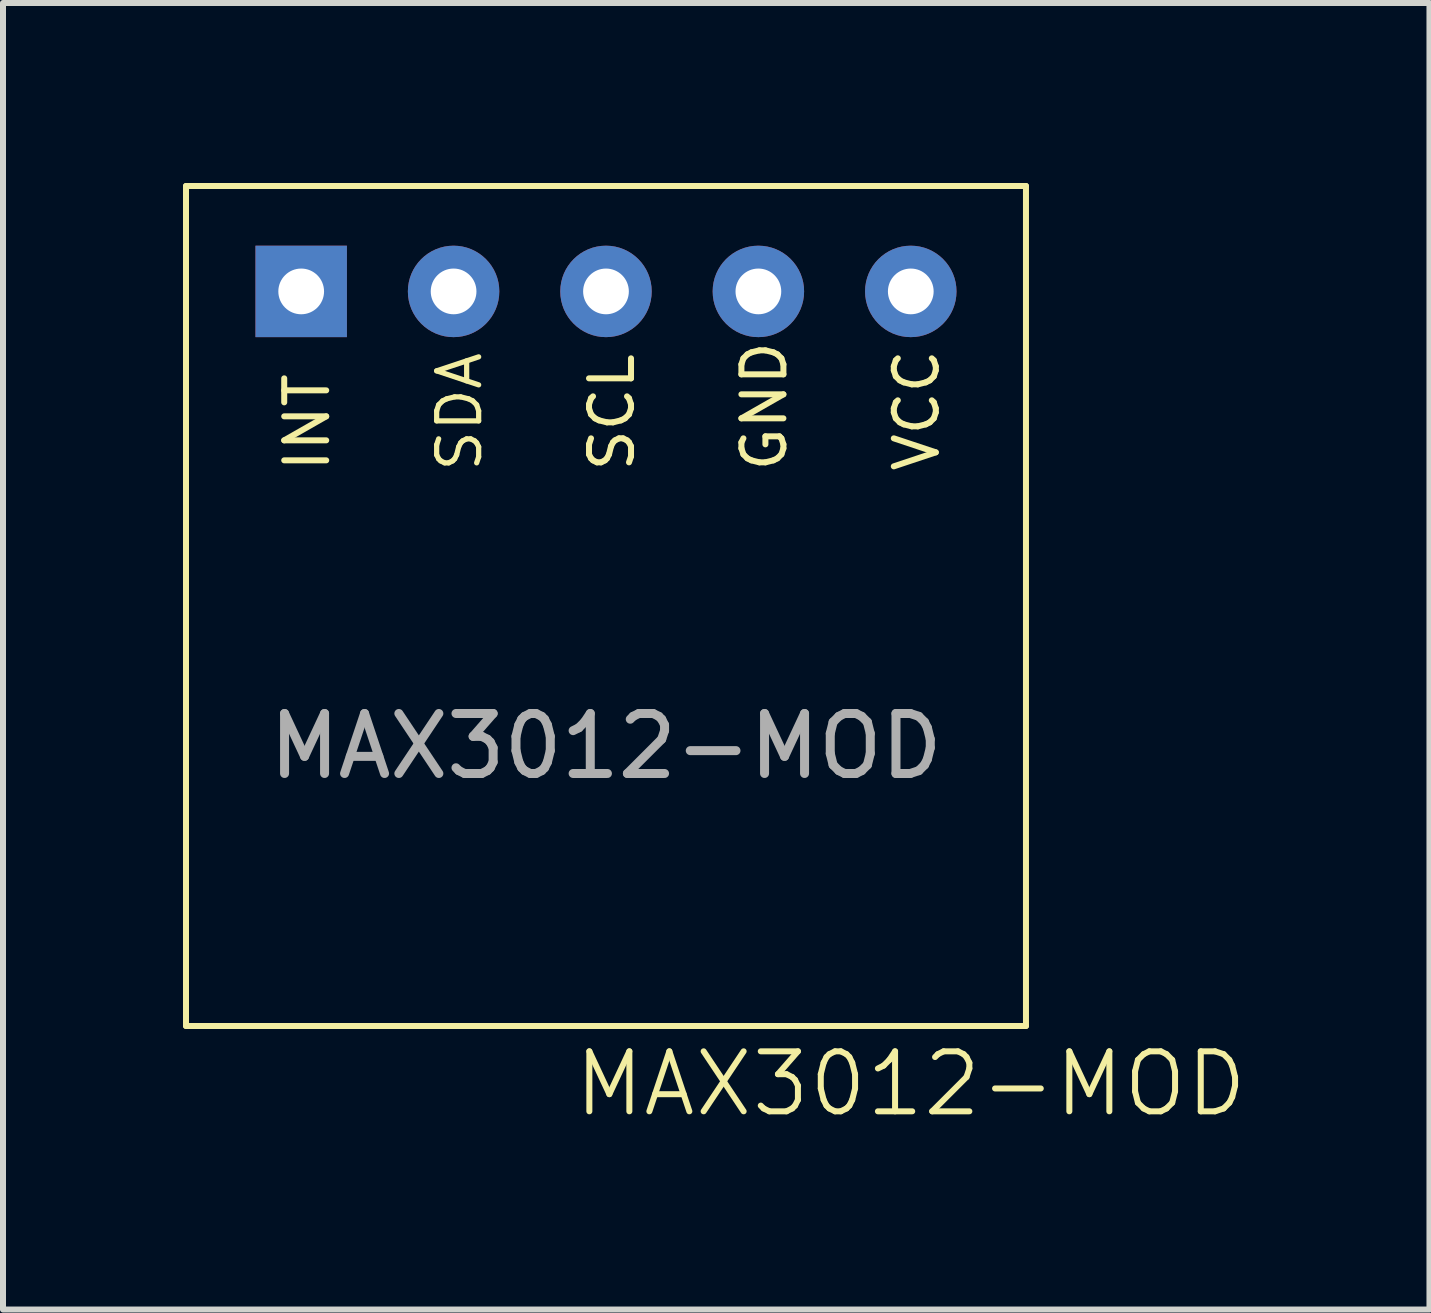
<source format=kicad_pcb>
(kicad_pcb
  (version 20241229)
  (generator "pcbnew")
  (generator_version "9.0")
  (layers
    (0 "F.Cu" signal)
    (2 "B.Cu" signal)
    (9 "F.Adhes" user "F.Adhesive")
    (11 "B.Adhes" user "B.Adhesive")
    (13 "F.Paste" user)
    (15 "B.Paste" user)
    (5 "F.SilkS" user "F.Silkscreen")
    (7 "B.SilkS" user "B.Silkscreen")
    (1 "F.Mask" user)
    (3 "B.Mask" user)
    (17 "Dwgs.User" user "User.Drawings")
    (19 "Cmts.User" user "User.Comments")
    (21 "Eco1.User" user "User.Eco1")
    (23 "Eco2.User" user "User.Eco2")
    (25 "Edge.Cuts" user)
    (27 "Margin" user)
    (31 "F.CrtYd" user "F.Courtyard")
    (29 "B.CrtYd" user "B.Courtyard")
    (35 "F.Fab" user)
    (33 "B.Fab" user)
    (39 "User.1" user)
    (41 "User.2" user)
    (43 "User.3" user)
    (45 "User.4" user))
  (footprint "MAX3012-MOD"
    (layer "F.Cu")
    (at 7.05 6.887)
    (property "Reference" "MAX3012-MOD" (at 5.08 8.128 0) (unlocked yes) (layer "F.SilkS") (effects (font (size 1 1) (thickness 0.1))))
    (attr through_hole)
    (fp_line (start -7 -6.837) (end 7 -6.837) (stroke (width 0.1) (type default)) (layer "F.SilkS"))
    (fp_line (start -7 7.163) (end -7 -6.837) (stroke (width 0.1) (type default)) (layer "F.SilkS"))
    (fp_line (start 7 -6.837) (end 7 7.163) (stroke (width 0.1) (type default)) (layer "F.SilkS"))
    (fp_line (start 7 7.163) (end -7 7.163) (stroke (width 0.1) (type default)) (layer "F.SilkS"))
    (fp_text user "INT" (at -4.572 -2.032 90) (unlocked yes) (layer "F.SilkS") (effects (font (size 0.7 0.7) (thickness 0.1)) (justify left bottom)))
    (fp_text user "SCL" (at 0.508 -2.032 90) (unlocked yes) (layer "F.SilkS") (effects (font (size 0.7 0.7) (thickness 0.1)) (justify left bottom)))
    (fp_text user "SDA" (at -2.032 -2.032 90) (unlocked yes) (layer "F.SilkS") (effects (font (size 0.7 0.7) (thickness 0.087)) (justify left bottom)))
    (fp_text user "VCC" (at 5.588 -2.032 90) (unlocked yes) (layer "F.SilkS") (effects (font (size 0.7 0.7) (thickness 0.1)) (justify left bottom)))
    (fp_text user "GND" (at 3.048 -2.032 90) (unlocked yes) (layer "F.SilkS") (effects (font (size 0.7 0.7) (thickness 0.1)) (justify left bottom)))
    (fp_text user "${REFERENCE}" (at 0 2.5 0) (unlocked yes) (layer "F.Fab") (effects (font (size 1 1) (thickness 0.15))))
    (pad "0" thru_hole rect (at -5.08 -5.08) (size 1.524 1.524) (drill 0.762) (layers "*.Cu" "*.Mask"))
    (pad "1" thru_hole circle (at -2.54 -5.08) (size 1.524 1.524) (drill 0.762) (layers "*.Cu" "*.Mask"))
    (pad "2" thru_hole circle (at 0 -5.08) (size 1.524 1.524) (drill 0.762) (layers "*.Cu" "*.Mask"))
    (pad "3" thru_hole circle (at 2.54 -5.08) (size 1.524 1.524) (drill 0.762) (layers "*.Cu" "*.Mask"))
    (pad "4" thru_hole circle (at 5.08 -5.08) (size 1.524 1.524) (drill 0.762) (layers "*.Cu" "*.Mask"))
    (zone (net_name "") (layer "F.SilkS") (hatch edge 0.5) (connect_pads) (min_thickness 0.25) (filled_areas_thickness no) (keepout (tracks allowed) (vias allowed) (pads not_allowed) (copperpour allowed) (footprints not_allowed)) (placement (enabled no)) (fill) (polygon (pts (xy 0.05 0.05) (xy 14.05 0.05) (xy 14.05 14.05) (xy 0.05 14.05)))))
  (gr_rect
    (start -3 -3)
    (end 20.775 18.776)
    (stroke (width 0.1) (type default))
    (fill no)
    (layer "Edge.Cuts")))
</source>
